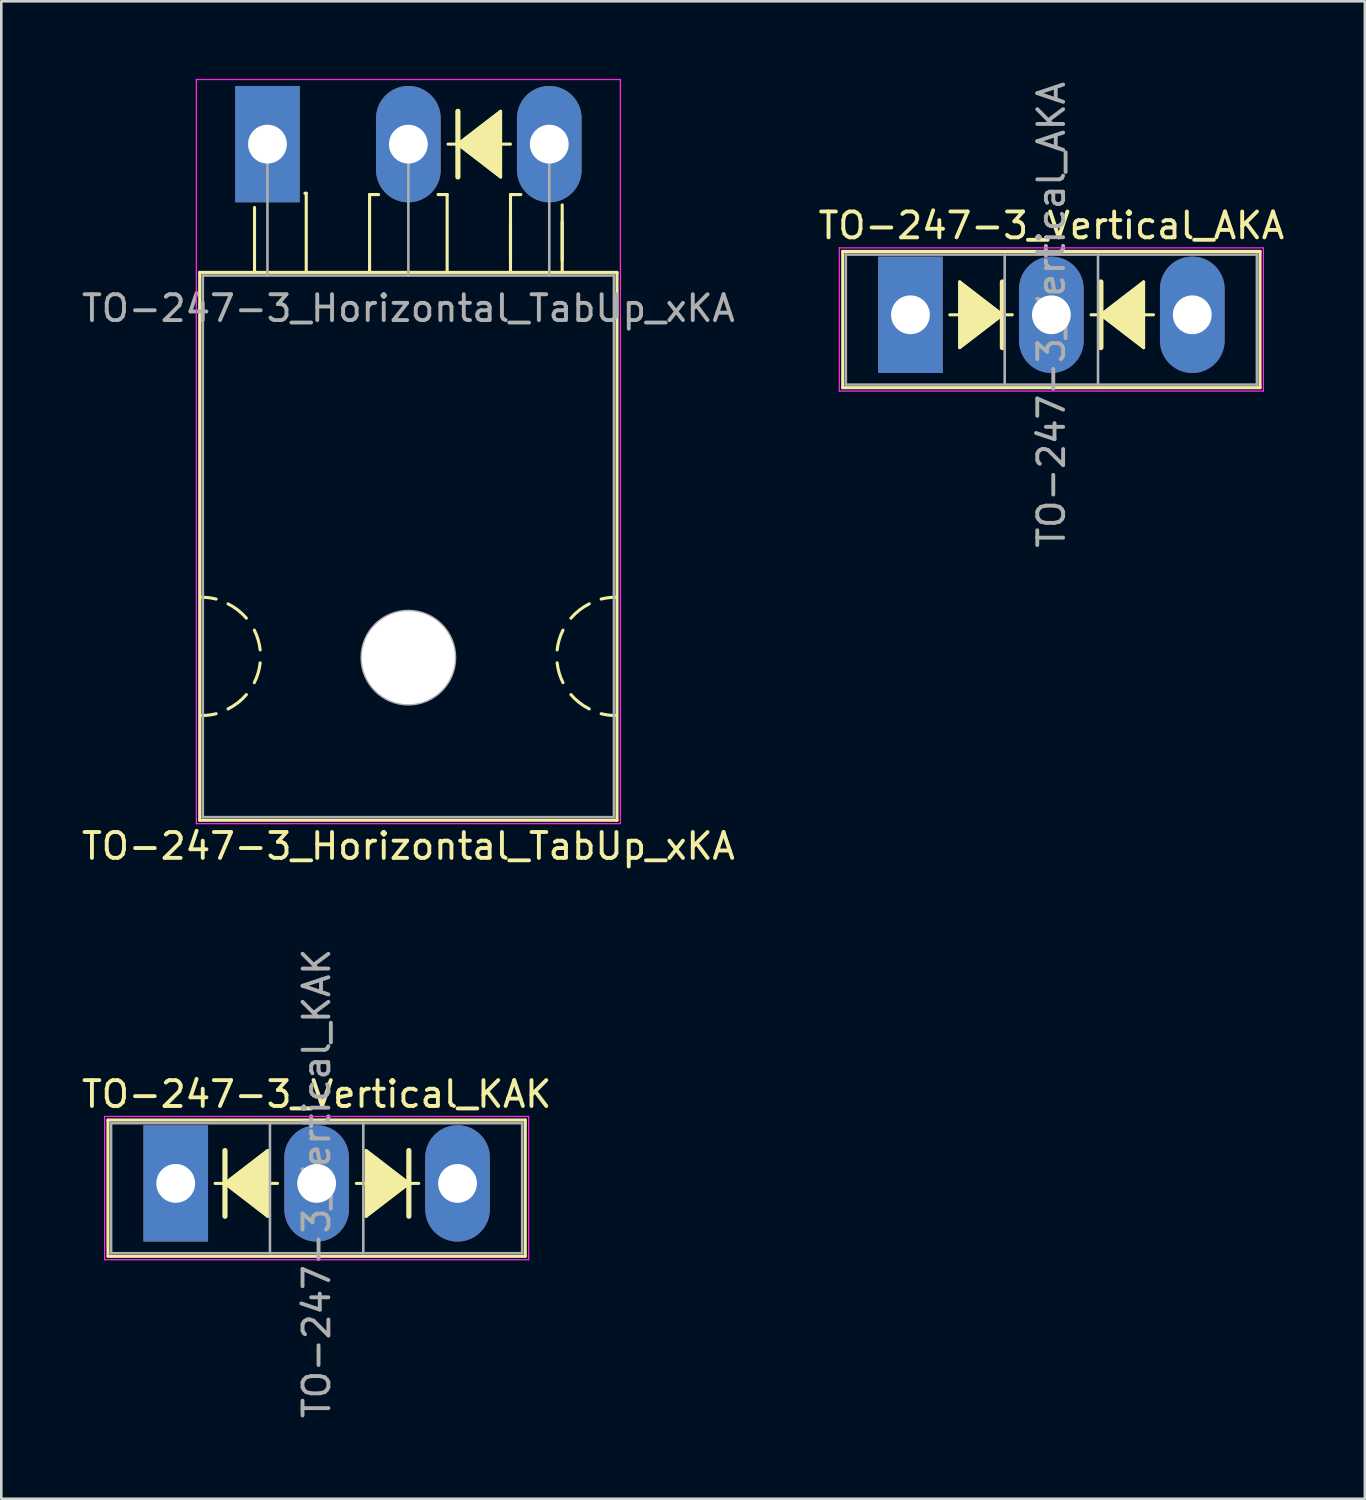
<source format=kicad_pcb>
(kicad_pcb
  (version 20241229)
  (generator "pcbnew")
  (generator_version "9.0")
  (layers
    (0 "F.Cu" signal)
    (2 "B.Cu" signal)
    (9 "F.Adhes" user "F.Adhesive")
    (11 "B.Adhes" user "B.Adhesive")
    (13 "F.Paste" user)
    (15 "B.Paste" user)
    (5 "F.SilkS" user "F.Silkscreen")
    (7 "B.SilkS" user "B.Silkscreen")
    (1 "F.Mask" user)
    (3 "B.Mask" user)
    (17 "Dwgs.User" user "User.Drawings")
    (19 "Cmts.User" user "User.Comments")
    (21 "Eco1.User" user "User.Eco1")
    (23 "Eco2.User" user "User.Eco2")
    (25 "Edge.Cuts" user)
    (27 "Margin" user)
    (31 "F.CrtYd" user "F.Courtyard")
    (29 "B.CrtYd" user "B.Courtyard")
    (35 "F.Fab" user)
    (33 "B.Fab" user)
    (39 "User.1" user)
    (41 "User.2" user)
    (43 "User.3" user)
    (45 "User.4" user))
  (footprint "TO-247-3_Vertical_KAK"
    (layer "F.Cu")
    (at 3.746 42.72)
    (property "Reference" "TO-247-3_Vertical_KAK" (at 5.45 -3.45 0) (layer "F.SilkS") (effects (font (size 1 1) (thickness 0.15))))
    (attr through_hole)
    (fp_line (start -2.62 -2.451) (end -2.62 2.82) (stroke (width 0.12) (type solid)) (layer "F.SilkS"))
    (fp_line (start -2.62 -2.451) (end 13.52 -2.451) (stroke (width 0.12) (type solid)) (layer "F.SilkS"))
    (fp_line (start -2.62 2.82) (end 13.52 2.82) (stroke (width 0.12) (type solid)) (layer "F.SilkS"))
    (fp_line (start 1.524 0) (end 1.905 0) (stroke (width 0.12) (type solid)) (layer "F.SilkS"))
    (fp_line (start 1.905 -1.27) (end 1.905 0) (stroke (width 0.2) (type solid)) (layer "F.SilkS"))
    (fp_line (start 1.905 0) (end 1.905 1.27) (stroke (width 0.2) (type solid)) (layer "F.SilkS"))
    (fp_line (start 1.905 0) (end 3.556 1.27) (stroke (width 0.12) (type solid)) (layer "F.SilkS"))
    (fp_line (start 3.556 -1.27) (end 1.905 0) (stroke (width 0.12) (type solid)) (layer "F.SilkS"))
    (fp_line (start 3.556 1.27) (end 3.556 -1.27) (stroke (width 0.12) (type solid)) (layer "F.SilkS"))
    (fp_line (start 3.937 0) (end 3.556 0) (stroke (width 0.12) (type solid)) (layer "F.SilkS"))
    (fp_line (start 6.985 0) (end 7.366 0) (stroke (width 0.12) (type solid)) (layer "F.SilkS"))
    (fp_line (start 7.366 -1.27) (end 7.366 1.27) (stroke (width 0.12) (type solid)) (layer "F.SilkS"))
    (fp_line (start 7.366 1.27) (end 9.017 0) (stroke (width 0.12) (type solid)) (layer "F.SilkS"))
    (fp_line (start 9.017 0) (end 7.366 -1.27) (stroke (width 0.12) (type solid)) (layer "F.SilkS"))
    (fp_line (start 9.017 0) (end 9.017 -1.27) (stroke (width 0.2) (type solid)) (layer "F.SilkS"))
    (fp_line (start 9.017 1.27) (end 9.017 0) (stroke (width 0.2) (type solid)) (layer "F.SilkS"))
    (fp_line (start 9.398 0) (end 9.017 0) (stroke (width 0.12) (type solid)) (layer "F.SilkS"))
    (fp_line (start 13.52 -2.451) (end 13.52 2.82) (stroke (width 0.12) (type solid)) (layer "F.SilkS"))
    (fp_poly (pts (xy 3.556 1.27) (xy 1.905 0) (xy 3.556 -1.27)) (stroke (width 0.1) (type solid)) (fill yes) (layer "F.SilkS"))
    (fp_poly (pts (xy 9.017 0) (xy 7.366 1.27) (xy 7.366 -1.27)) (stroke (width 0.1) (type solid)) (fill yes) (layer "F.SilkS"))
    (fp_line (start -2.75 -2.59) (end -2.75 2.95) (stroke (width 0.05) (type solid)) (layer "F.CrtYd"))
    (fp_line (start -2.75 2.95) (end 13.65 2.95) (stroke (width 0.05) (type solid)) (layer "F.CrtYd"))
    (fp_line (start 13.65 -2.59) (end -2.75 -2.59) (stroke (width 0.05) (type solid)) (layer "F.CrtYd"))
    (fp_line (start 13.65 2.95) (end 13.65 -2.59) (stroke (width 0.05) (type solid)) (layer "F.CrtYd"))
    (fp_line (start -2.5 -2.33) (end -2.5 2.7) (stroke (width 0.1) (type solid)) (layer "F.Fab"))
    (fp_line (start -2.5 2.7) (end 13.4 2.7) (stroke (width 0.1) (type solid)) (layer "F.Fab"))
    (fp_line (start 3.645 -2.33) (end 3.645 2.7) (stroke (width 0.1) (type solid)) (layer "F.Fab"))
    (fp_line (start 7.255 -2.33) (end 7.255 2.7) (stroke (width 0.1) (type solid)) (layer "F.Fab"))
    (fp_line (start 13.4 -2.33) (end -2.5 -2.33) (stroke (width 0.1) (type solid)) (layer "F.Fab"))
    (fp_line (start 13.4 2.7) (end 13.4 -2.33) (stroke (width 0.1) (type solid)) (layer "F.Fab"))
    (fp_text user "${REFERENCE}" (at 5.45 0 90) (layer "F.Fab") (effects (font (size 1 1) (thickness 0.15))))
    (pad "1" thru_hole rect (at 0 0) (size 2.5 4.5) (drill 1.5) (layers "*.Cu" "*.Mask"))
    (pad "2" thru_hole oval (at 5.45 0) (size 2.5 4.5) (drill 1.5) (layers "*.Cu" "*.Mask"))
    (pad "3" thru_hole oval (at 10.9 0) (size 2.5 4.5) (drill 1.5) (layers "*.Cu" "*.Mask")))
  (footprint "TO-247-3_Vertical_AKA"
    (layer "F.Cu")
    (at 32.163 9.125)
    (property "Reference" "TO-247-3_Vertical_AKA" (at 5.45 -3.45 0) (layer "F.SilkS") (effects (font (size 1 1) (thickness 0.15))))
    (attr through_hole)
    (fp_line (start -2.62 -2.451) (end -2.62 2.82) (stroke (width 0.12) (type solid)) (layer "F.SilkS"))
    (fp_line (start -2.62 -2.451) (end 13.52 -2.451) (stroke (width 0.12) (type solid)) (layer "F.SilkS"))
    (fp_line (start -2.62 2.82) (end 13.52 2.82) (stroke (width 0.12) (type solid)) (layer "F.SilkS"))
    (fp_line (start 1.524 0) (end 1.905 0) (stroke (width 0.12) (type solid)) (layer "F.SilkS"))
    (fp_line (start 1.905 -1.27) (end 1.905 1.27) (stroke (width 0.12) (type solid)) (layer "F.SilkS"))
    (fp_line (start 1.905 1.27) (end 3.556 0) (stroke (width 0.12) (type solid)) (layer "F.SilkS"))
    (fp_line (start 3.556 0) (end 1.905 -1.27) (stroke (width 0.12) (type solid)) (layer "F.SilkS"))
    (fp_line (start 3.556 0) (end 3.556 -1.27) (stroke (width 0.2) (type solid)) (layer "F.SilkS"))
    (fp_line (start 3.556 1.27) (end 3.556 0) (stroke (width 0.2) (type solid)) (layer "F.SilkS"))
    (fp_line (start 3.937 0) (end 3.556 0) (stroke (width 0.12) (type solid)) (layer "F.SilkS"))
    (fp_line (start 6.985 0) (end 7.366 0) (stroke (width 0.12) (type solid)) (layer "F.SilkS"))
    (fp_line (start 7.366 -1.27) (end 7.366 0) (stroke (width 0.2) (type solid)) (layer "F.SilkS"))
    (fp_line (start 7.366 0) (end 7.366 1.27) (stroke (width 0.2) (type solid)) (layer "F.SilkS"))
    (fp_line (start 7.366 0) (end 9.017 1.27) (stroke (width 0.12) (type solid)) (layer "F.SilkS"))
    (fp_line (start 9.017 -1.27) (end 7.366 0) (stroke (width 0.12) (type solid)) (layer "F.SilkS"))
    (fp_line (start 9.017 1.27) (end 9.017 -1.27) (stroke (width 0.12) (type solid)) (layer "F.SilkS"))
    (fp_line (start 9.398 0) (end 9.017 0) (stroke (width 0.12) (type solid)) (layer "F.SilkS"))
    (fp_line (start 13.52 -2.451) (end 13.52 2.82) (stroke (width 0.12) (type solid)) (layer "F.SilkS"))
    (fp_poly (pts (xy 3.556 0) (xy 1.905 1.27) (xy 1.905 -1.27)) (stroke (width 0.1) (type solid)) (fill yes) (layer "F.SilkS"))
    (fp_poly (pts (xy 9.017 1.27) (xy 7.366 0) (xy 9.017 -1.27)) (stroke (width 0.1) (type solid)) (fill yes) (layer "F.SilkS"))
    (fp_line (start -2.75 -2.59) (end -2.75 2.95) (stroke (width 0.05) (type solid)) (layer "F.CrtYd"))
    (fp_line (start -2.75 2.95) (end 13.65 2.95) (stroke (width 0.05) (type solid)) (layer "F.CrtYd"))
    (fp_line (start 13.65 -2.59) (end -2.75 -2.59) (stroke (width 0.05) (type solid)) (layer "F.CrtYd"))
    (fp_line (start 13.65 2.95) (end 13.65 -2.59) (stroke (width 0.05) (type solid)) (layer "F.CrtYd"))
    (fp_line (start -2.5 -2.33) (end -2.5 2.7) (stroke (width 0.1) (type solid)) (layer "F.Fab"))
    (fp_line (start -2.5 2.7) (end 13.4 2.7) (stroke (width 0.1) (type solid)) (layer "F.Fab"))
    (fp_line (start 3.645 -2.33) (end 3.645 2.7) (stroke (width 0.1) (type solid)) (layer "F.Fab"))
    (fp_line (start 7.255 -2.33) (end 7.255 2.7) (stroke (width 0.1) (type solid)) (layer "F.Fab"))
    (fp_line (start 13.4 -2.33) (end -2.5 -2.33) (stroke (width 0.1) (type solid)) (layer "F.Fab"))
    (fp_line (start 13.4 2.7) (end 13.4 -2.33) (stroke (width 0.1) (type solid)) (layer "F.Fab"))
    (fp_text user "${REFERENCE}" (at 5.45 0 90) (layer "F.Fab") (effects (font (size 1 1) (thickness 0.15))))
    (pad "1" thru_hole rect (at 0 0) (size 2.5 4.5) (drill 1.5) (layers "*.Cu" "*.Mask"))
    (pad "2" thru_hole oval (at 5.45 0) (size 2.5 4.5) (drill 1.5) (layers "*.Cu" "*.Mask"))
    (pad "3" thru_hole oval (at 10.9 0) (size 2.5 4.5) (drill 1.5) (layers "*.Cu" "*.Mask")))
  (footprint "TO-247-3_Horizontal_TabUp_xKA"
    (layer "F.Cu")
    (at 7.294 2.525)
    (property "Reference" "TO-247-3_Horizontal_TabUp_xKA" (at 5.45 27.15 0) (layer "F.SilkS") (effects (font (size 1 1) (thickness 0.15))))
    (fp_line (start -2.62 4.96) (end -2.62 26.15) (stroke (width 0.12) (type solid)) (layer "F.SilkS"))
    (fp_line (start -2.62 4.96) (end 13.52 4.96) (stroke (width 0.12) (type solid)) (layer "F.SilkS"))
    (fp_line (start -2.62 26.15) (end 13.52 26.15) (stroke (width 0.12) (type solid)) (layer "F.SilkS"))
    (fp_line (start -0.5 4.9) (end -0.5 2.45) (stroke (width 0.12) (type solid)) (layer "F.SilkS"))
    (fp_line (start 1.5 1.9) (end 1.45 1.9) (stroke (width 0.12) (type solid)) (layer "F.SilkS"))
    (fp_line (start 1.5 4.9) (end 1.5 1.9) (stroke (width 0.12) (type solid)) (layer "F.SilkS"))
    (fp_line (start 3.95 1.95) (end 4.3 1.95) (stroke (width 0.12) (type solid)) (layer "F.SilkS"))
    (fp_line (start 3.95 4.95) (end 3.95 1.95) (stroke (width 0.12) (type solid)) (layer "F.SilkS"))
    (fp_line (start 6.95 1.95) (end 6.6 1.95) (stroke (width 0.12) (type solid)) (layer "F.SilkS"))
    (fp_line (start 6.95 4.95) (end 6.95 1.95) (stroke (width 0.12) (type solid)) (layer "F.SilkS"))
    (fp_line (start 6.985 0) (end 7.366 0) (stroke (width 0.12) (type solid)) (layer "F.SilkS"))
    (fp_line (start 7.366 -1.27) (end 7.366 0) (stroke (width 0.2) (type solid)) (layer "F.SilkS"))
    (fp_line (start 7.366 0) (end 7.366 1.27) (stroke (width 0.2) (type solid)) (layer "F.SilkS"))
    (fp_line (start 7.366 0) (end 9.017 1.27) (stroke (width 0.12) (type solid)) (layer "F.SilkS"))
    (fp_line (start 9.017 -1.27) (end 7.366 0) (stroke (width 0.12) (type solid)) (layer "F.SilkS"))
    (fp_line (start 9.017 1.27) (end 9.017 -1.27) (stroke (width 0.12) (type solid)) (layer "F.SilkS"))
    (fp_line (start 9.398 0) (end 9.017 0) (stroke (width 0.12) (type solid)) (layer "F.SilkS"))
    (fp_line (start 9.4 1.95) (end 9.8 1.95) (stroke (width 0.12) (type solid)) (layer "F.SilkS"))
    (fp_line (start 9.4 4.5) (end 9.4 3) (stroke (width 0.12) (type solid)) (layer "F.SilkS"))
    (fp_line (start 9.4 4.95) (end 9.4 1.95) (stroke (width 0.12) (type solid)) (layer "F.SilkS"))
    (fp_line (start 11.4 4.5) (end 11.4 3) (stroke (width 0.12) (type solid)) (layer "F.SilkS"))
    (fp_line (start 11.4 4.95) (end 11.4 2.35) (stroke (width 0.12) (type solid)) (layer "F.SilkS"))
    (fp_line (start 13.52 4.96) (end 13.52 26.15) (stroke (width 0.12) (type solid)) (layer "F.SilkS"))
    (fp_arc (start -2.54 17.526) (mid -2.260689 17.543128) (end -1.985564 17.594254) (stroke (width 0.12) (type solid)) (layer "F.SilkS"))
    (fp_arc (start -1.985564 22.029746) (mid -2.260689 22.080872) (end -2.54 22.098) (stroke (width 0.12) (type solid)) (layer "F.SilkS"))
    (fp_arc (start -1.524001 17.780001) (mid -1.14188 18.02132) (end -0.815088 18.333504) (stroke (width 0.12) (type solid)) (layer "F.SilkS"))
    (fp_arc (start -0.815087 21.290497) (mid -1.141879 21.60268) (end -1.524 21.844) (stroke (width 0.12) (type solid)) (layer "F.SilkS"))
    (fp_arc (start -0.508001 18.796001) (mid -0.361178 19.168563) (end -0.282051 19.561117) (stroke (width 0.12) (type solid)) (layer "F.SilkS"))
    (fp_arc (start -0.282051 20.062883) (mid -0.361178 20.455437) (end -0.508001 20.827999) (stroke (width 0.12) (type solid)) (layer "F.SilkS"))
    (fp_arc (start 11.204051 19.561117) (mid 11.283178 19.168563) (end 11.430001 18.796001) (stroke (width 0.12) (type solid)) (layer "F.SilkS"))
    (fp_arc (start 11.430001 20.827999) (mid 11.283178 20.455437) (end 11.204051 20.062883) (stroke (width 0.12) (type solid)) (layer "F.SilkS"))
    (fp_arc (start 11.737087 18.333503) (mid 12.063879 18.02132) (end 12.446 17.78) (stroke (width 0.12) (type solid)) (layer "F.SilkS"))
    (fp_arc (start 12.446001 21.843999) (mid 12.06388 21.60268) (end 11.737088 21.290496) (stroke (width 0.12) (type solid)) (layer "F.SilkS"))
    (fp_arc (start 12.907564 17.594254) (mid 13.182689 17.543128) (end 13.462 17.526) (stroke (width 0.12) (type solid)) (layer "F.SilkS"))
    (fp_arc (start 13.462 22.098) (mid 13.182689 22.080872) (end 12.907564 22.029746) (stroke (width 0.12) (type solid)) (layer "F.SilkS"))
    (fp_poly (pts (xy 9.017 1.27) (xy 7.366 0) (xy 9.017 -1.27)) (stroke (width 0.1) (type solid)) (fill yes) (layer "F.SilkS"))
    (fp_line (start -2.75 -2.5) (end -2.75 26.28) (stroke (width 0.05) (type solid)) (layer "F.CrtYd"))
    (fp_line (start -2.75 26.28) (end 13.65 26.28) (stroke (width 0.05) (type solid)) (layer "F.CrtYd"))
    (fp_line (start 13.65 -2.5) (end -2.75 -2.5) (stroke (width 0.05) (type solid)) (layer "F.CrtYd"))
    (fp_line (start 13.65 26.28) (end 13.65 -2.5) (stroke (width 0.05) (type solid)) (layer "F.CrtYd"))
    (fp_line (start -2.5 5.08) (end -2.5 26.03) (stroke (width 0.1) (type solid)) (layer "F.Fab"))
    (fp_line (start -2.5 26.03) (end 13.4 26.03) (stroke (width 0.1) (type solid)) (layer "F.Fab"))
    (fp_line (start 0 5.08) (end 0 0) (stroke (width 0.1) (type solid)) (layer "F.Fab"))
    (fp_line (start 5.45 5.08) (end 5.45 0) (stroke (width 0.1) (type solid)) (layer "F.Fab"))
    (fp_line (start 10.9 5.08) (end 10.9 0) (stroke (width 0.1) (type solid)) (layer "F.Fab"))
    (fp_line (start 13.4 5.08) (end -2.5 5.08) (stroke (width 0.1) (type solid)) (layer "F.Fab"))
    (fp_line (start 13.4 26.03) (end 13.4 5.08) (stroke (width 0.1) (type solid)) (layer "F.Fab"))
    (fp_circle (center 5.45 19.86) (end 7.255 19.86) (stroke (width 0.1) (type solid)) (fill no) (layer "F.Fab"))
    (fp_text user "${REFERENCE}" (at 5.45 6.35 0) (layer "F.Fab") (effects (font (size 1 1) (thickness 0.15))))
    (pad "" np_thru_hole oval (at 5.45 19.86) (size 3.6 3.6) (drill 3.6) (layers "*.Cu" "*.Mask"))
    (pad "1" thru_hole rect (at 0 0) (size 2.5 4.5) (drill 1.5) (layers "*.Cu" "*.Mask"))
    (pad "2" thru_hole oval (at 5.45 0) (size 2.5 4.5) (drill 1.5) (layers "*.Cu" "*.Mask"))
    (pad "3" thru_hole oval (at 10.9 0) (size 2.5 4.5) (drill 1.5) (layers "*.Cu" "*.Mask")))
  (gr_rect
    (start -3 -3)
    (end 49.738 54.916)
    (stroke (width 0.1) (type default))
    (fill no)
    (layer "Edge.Cuts")))
</source>
